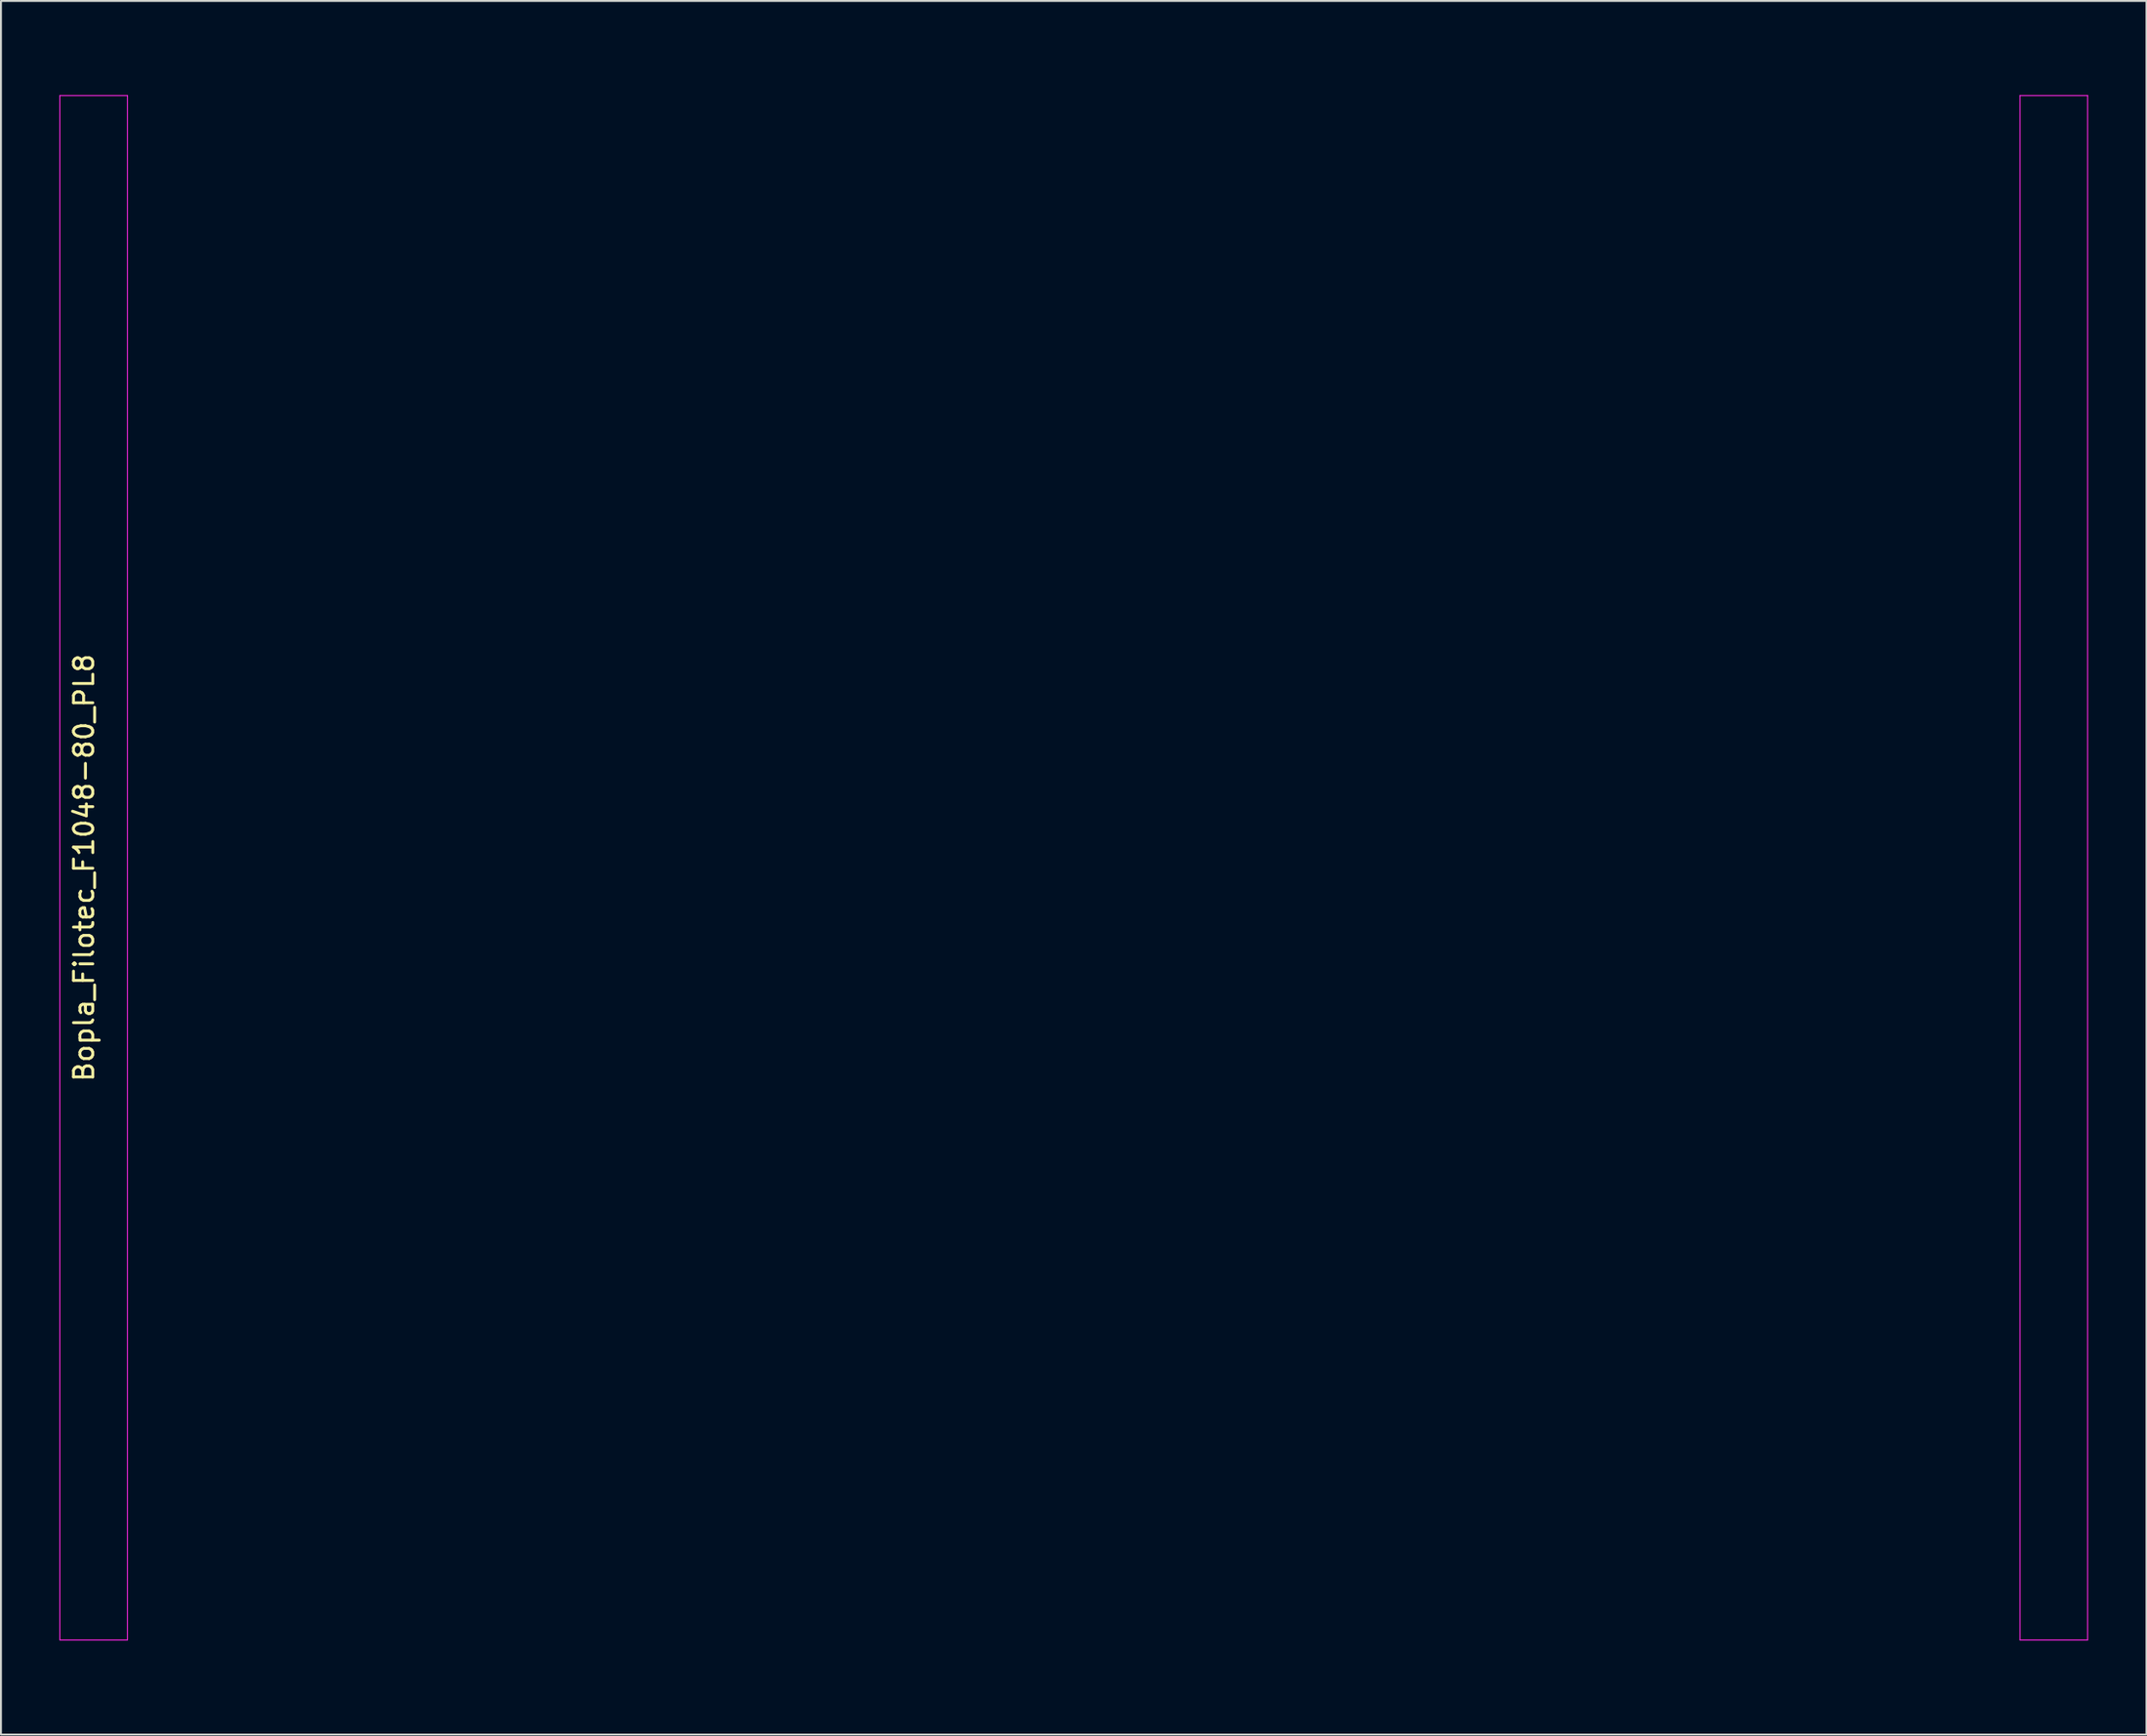
<source format=kicad_pcb>
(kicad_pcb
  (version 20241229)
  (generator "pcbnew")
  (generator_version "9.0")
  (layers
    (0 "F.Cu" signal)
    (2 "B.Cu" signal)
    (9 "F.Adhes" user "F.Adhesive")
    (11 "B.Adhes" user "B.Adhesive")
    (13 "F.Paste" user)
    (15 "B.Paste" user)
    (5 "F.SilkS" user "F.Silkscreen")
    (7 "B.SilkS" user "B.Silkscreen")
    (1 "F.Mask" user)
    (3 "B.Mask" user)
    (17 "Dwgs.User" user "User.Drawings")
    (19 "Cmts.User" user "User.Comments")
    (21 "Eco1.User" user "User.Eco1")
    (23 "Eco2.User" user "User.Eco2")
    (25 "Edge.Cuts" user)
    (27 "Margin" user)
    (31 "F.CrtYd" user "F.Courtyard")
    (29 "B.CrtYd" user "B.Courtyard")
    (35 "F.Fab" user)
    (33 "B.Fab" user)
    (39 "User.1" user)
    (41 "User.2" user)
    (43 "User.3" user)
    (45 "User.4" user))
  (footprint "Bopla_Filotec_F1048-80_PL8"
    (layer "F.Cu")
    (at 52.55 41.9)
    (property "Reference" "Bopla_Filotec_F1048-80_PL8" (at -51.25 0 90) (layer "F.SilkS") (effects (font (size 1 1) (thickness 0.15))))
    (attr exclude_from_pos_files exclude_from_bom)
    (fp_line (start -52.5 -40) (end -52.5 40) (stroke (width 0.1) (type solid)) (layer "Eco1.User"))
    (fp_line (start -52.5 -40) (end -50.25 -40) (stroke (width 0.1) (type solid)) (layer "Eco1.User"))
    (fp_line (start -52.5 40) (end -50.25 40) (stroke (width 0.1) (type solid)) (layer "Eco1.User"))
    (fp_line (start -51.25 -41.5) (end -51.25 -41.85) (stroke (width 0.1) (type solid)) (layer "Eco1.User"))
    (fp_line (start -51.25 -41.5) (end -51 -41.25) (stroke (width 0.1) (type solid)) (layer "Eco1.User"))
    (fp_line (start -51.25 41.5) (end -51.25 41.85) (stroke (width 0.1) (type solid)) (layer "Eco1.User"))
    (fp_line (start -51.25 41.5) (end -51 41.25) (stroke (width 0.1) (type solid)) (layer "Eco1.User"))
    (fp_line (start -50.75 -41) (end -50.5 -40.75) (stroke (width 0.1) (type solid)) (layer "Eco1.User"))
    (fp_line (start -50.75 41) (end -50.5 40.75) (stroke (width 0.1) (type solid)) (layer "Eco1.User"))
    (fp_line (start -50.6 -41.85) (end -50.85 -41.85) (stroke (width 0.1) (type solid)) (layer "Eco1.User"))
    (fp_line (start -50.6 -41.5) (end -50.85 -41.5) (stroke (width 0.1) (type solid)) (layer "Eco1.User"))
    (fp_line (start -50.6 41.5) (end -50.85 41.5) (stroke (width 0.1) (type solid)) (layer "Eco1.User"))
    (fp_line (start -50.6 41.85) (end -50.85 41.85) (stroke (width 0.1) (type solid)) (layer "Eco1.User"))
    (fp_line (start -50.25 -40.5) (end -50 -40.25) (stroke (width 0.1) (type solid)) (layer "Eco1.User"))
    (fp_line (start -50.25 -40) (end -50.25 40) (stroke (width 0.1) (type solid)) (layer "Eco1.User"))
    (fp_line (start -50.25 40.5) (end -50 40.25) (stroke (width 0.1) (type solid)) (layer "Eco1.User"))
    (fp_line (start -50.1 -41.85) (end -50.35 -41.85) (stroke (width 0.1) (type solid)) (layer "Eco1.User"))
    (fp_line (start -50.1 -41.5) (end -50.35 -41.5) (stroke (width 0.1) (type solid)) (layer "Eco1.User"))
    (fp_line (start -50.1 41.5) (end -50.35 41.5) (stroke (width 0.1) (type solid)) (layer "Eco1.User"))
    (fp_line (start -50.1 41.85) (end -50.35 41.85) (stroke (width 0.1) (type solid)) (layer "Eco1.User"))
    (fp_line (start -49.75 -40) (end -49.5 -39.75) (stroke (width 0.1) (type solid)) (layer "Eco1.User"))
    (fp_line (start -49.75 40) (end -49.5 39.75) (stroke (width 0.1) (type solid)) (layer "Eco1.User"))
    (fp_line (start -49.6 -41.85) (end -49.85 -41.85) (stroke (width 0.1) (type solid)) (layer "Eco1.User"))
    (fp_line (start -49.6 -41.5) (end -49.85 -41.5) (stroke (width 0.1) (type solid)) (layer "Eco1.User"))
    (fp_line (start -49.6 41.5) (end -49.85 41.5) (stroke (width 0.1) (type solid)) (layer "Eco1.User"))
    (fp_line (start -49.6 41.85) (end -49.85 41.85) (stroke (width 0.1) (type solid)) (layer "Eco1.User"))
    (fp_line (start -49.5 -39.6) (end -49.5 -39.35) (stroke (width 0.1) (type solid)) (layer "Eco1.User"))
    (fp_line (start -49.5 -39.1) (end -49.5 -38.85) (stroke (width 0.1) (type solid)) (layer "Eco1.User"))
    (fp_line (start -49.5 -38.6) (end -49.5 -38.35) (stroke (width 0.1) (type solid)) (layer "Eco1.User"))
    (fp_line (start -49.5 -38.1) (end -49.5 -37.85) (stroke (width 0.1) (type solid)) (layer "Eco1.User"))
    (fp_line (start -49.5 -37.6) (end -49.5 -37.35) (stroke (width 0.1) (type solid)) (layer "Eco1.User"))
    (fp_line (start -49.5 -37.1) (end -49.5 -36.85) (stroke (width 0.1) (type solid)) (layer "Eco1.User"))
    (fp_line (start -49.5 -36.6) (end -49.5 -36.35) (stroke (width 0.1) (type solid)) (layer "Eco1.User"))
    (fp_line (start -49.5 -36.1) (end -49.5 -35.85) (stroke (width 0.1) (type solid)) (layer "Eco1.User"))
    (fp_line (start -49.5 -35.6) (end -49.5 -35.35) (stroke (width 0.1) (type solid)) (layer "Eco1.User"))
    (fp_line (start -49.5 -35.1) (end -49.5 -34.85) (stroke (width 0.1) (type solid)) (layer "Eco1.User"))
    (fp_line (start -49.5 -34.6) (end -49.5 -34.35) (stroke (width 0.1) (type solid)) (layer "Eco1.User"))
    (fp_line (start -49.5 -34.1) (end -49.25 -33.85) (stroke (width 0.1) (type solid)) (layer "Eco1.User"))
    (fp_line (start -49.5 34.1) (end -49.25 33.85) (stroke (width 0.1) (type solid)) (layer "Eco1.User"))
    (fp_line (start -49.5 34.6) (end -49.5 34.35) (stroke (width 0.1) (type solid)) (layer "Eco1.User"))
    (fp_line (start -49.5 35.1) (end -49.5 34.85) (stroke (width 0.1) (type solid)) (layer "Eco1.User"))
    (fp_line (start -49.5 35.6) (end -49.5 35.35) (stroke (width 0.1) (type solid)) (layer "Eco1.User"))
    (fp_line (start -49.5 36.1) (end -49.5 35.85) (stroke (width 0.1) (type solid)) (layer "Eco1.User"))
    (fp_line (start -49.5 36.6) (end -49.5 36.35) (stroke (width 0.1) (type solid)) (layer "Eco1.User"))
    (fp_line (start -49.5 37.1) (end -49.5 36.85) (stroke (width 0.1) (type solid)) (layer "Eco1.User"))
    (fp_line (start -49.5 37.6) (end -49.5 37.35) (stroke (width 0.1) (type solid)) (layer "Eco1.User"))
    (fp_line (start -49.5 38.1) (end -49.5 37.85) (stroke (width 0.1) (type solid)) (layer "Eco1.User"))
    (fp_line (start -49.5 38.6) (end -49.5 38.35) (stroke (width 0.1) (type solid)) (layer "Eco1.User"))
    (fp_line (start -49.5 39.1) (end -49.5 38.85) (stroke (width 0.1) (type solid)) (layer "Eco1.User"))
    (fp_line (start -49.5 39.6) (end -49.5 39.35) (stroke (width 0.1) (type solid)) (layer "Eco1.User"))
    (fp_line (start -49.1 -41.85) (end -49.35 -41.85) (stroke (width 0.1) (type solid)) (layer "Eco1.User"))
    (fp_line (start -49.1 -41.5) (end -49.35 -41.5) (stroke (width 0.1) (type solid)) (layer "Eco1.User"))
    (fp_line (start -49.1 41.5) (end -49.35 41.5) (stroke (width 0.1) (type solid)) (layer "Eco1.User"))
    (fp_line (start -49.1 41.85) (end -49.35 41.85) (stroke (width 0.1) (type solid)) (layer "Eco1.User"))
    (fp_line (start -49 -40) (end -46.5 -40) (stroke (width 0.1) (type solid)) (layer "Eco1.User"))
    (fp_line (start -49 40) (end -49 -40) (stroke (width 0.1) (type solid)) (layer "Eco1.User"))
    (fp_line (start -49 40) (end -46.5 40) (stroke (width 0.1) (type solid)) (layer "Eco1.User"))
    (fp_line (start -48.6 -41.85) (end -48.85 -41.85) (stroke (width 0.1) (type solid)) (layer "Eco1.User"))
    (fp_line (start -48.6 -41.5) (end -48.85 -41.5) (stroke (width 0.1) (type solid)) (layer "Eco1.User"))
    (fp_line (start -48.6 41.5) (end -48.85 41.5) (stroke (width 0.1) (type solid)) (layer "Eco1.User"))
    (fp_line (start -48.6 41.85) (end -48.85 41.85) (stroke (width 0.1) (type solid)) (layer "Eco1.User"))
    (fp_line (start -48.15 -41.85) (end -48.4 -41.85) (stroke (width 0.1) (type solid)) (layer "Eco1.User"))
    (fp_line (start -48.15 -41.5) (end -48.4 -41.5) (stroke (width 0.1) (type solid)) (layer "Eco1.User"))
    (fp_line (start -48.15 41.5) (end -48.4 41.5) (stroke (width 0.1) (type solid)) (layer "Eco1.User"))
    (fp_line (start -48.15 41.85) (end -48.4 41.85) (stroke (width 0.1) (type solid)) (layer "Eco1.User"))
    (fp_line (start -47.65 -41.85) (end -47.9 -41.85) (stroke (width 0.1) (type solid)) (layer "Eco1.User"))
    (fp_line (start -47.65 -41.5) (end -47.9 -41.5) (stroke (width 0.1) (type solid)) (layer "Eco1.User"))
    (fp_line (start -47.65 41.5) (end -47.9 41.5) (stroke (width 0.1) (type solid)) (layer "Eco1.User"))
    (fp_line (start -47.65 41.85) (end -47.9 41.85) (stroke (width 0.1) (type solid)) (layer "Eco1.User"))
    (fp_line (start -47.5 -39.6) (end -47.5 -39.35) (stroke (width 0.1) (type solid)) (layer "Eco1.User"))
    (fp_line (start -47.5 -39.1) (end -47.5 -38.85) (stroke (width 0.1) (type solid)) (layer "Eco1.User"))
    (fp_line (start -47.5 -38.6) (end -47.5 -38.35) (stroke (width 0.1) (type solid)) (layer "Eco1.User"))
    (fp_line (start -47.5 -38.1) (end -47.5 -37.85) (stroke (width 0.1) (type solid)) (layer "Eco1.User"))
    (fp_line (start -47.5 -37.6) (end -47.5 -37.35) (stroke (width 0.1) (type solid)) (layer "Eco1.User"))
    (fp_line (start -47.5 -37.1) (end -47.5 -36.85) (stroke (width 0.1) (type solid)) (layer "Eco1.User"))
    (fp_line (start -47.5 -36.6) (end -47.5 -36.35) (stroke (width 0.1) (type solid)) (layer "Eco1.User"))
    (fp_line (start -47.5 -36.1) (end -47.5 -35.85) (stroke (width 0.1) (type solid)) (layer "Eco1.User"))
    (fp_line (start -47.5 -35.6) (end -47.5 -35.35) (stroke (width 0.1) (type solid)) (layer "Eco1.User"))
    (fp_line (start -47.5 -35.1) (end -47.5 -34.85) (stroke (width 0.1) (type solid)) (layer "Eco1.User"))
    (fp_line (start -47.5 -34.6) (end -47.5 -34.35) (stroke (width 0.1) (type solid)) (layer "Eco1.User"))
    (fp_line (start -47.5 -34.1) (end -47.75 -33.85) (stroke (width 0.1) (type solid)) (layer "Eco1.User"))
    (fp_line (start -47.5 34.1) (end -47.75 33.85) (stroke (width 0.1) (type solid)) (layer "Eco1.User"))
    (fp_line (start -47.5 34.6) (end -47.5 34.35) (stroke (width 0.1) (type solid)) (layer "Eco1.User"))
    (fp_line (start -47.5 35.1) (end -47.5 34.85) (stroke (width 0.1) (type solid)) (layer "Eco1.User"))
    (fp_line (start -47.5 35.6) (end -47.5 35.35) (stroke (width 0.1) (type solid)) (layer "Eco1.User"))
    (fp_line (start -47.5 36.1) (end -47.5 35.85) (stroke (width 0.1) (type solid)) (layer "Eco1.User"))
    (fp_line (start -47.5 36.6) (end -47.5 36.35) (stroke (width 0.1) (type solid)) (layer "Eco1.User"))
    (fp_line (start -47.5 37.1) (end -47.5 36.85) (stroke (width 0.1) (type solid)) (layer "Eco1.User"))
    (fp_line (start -47.5 37.6) (end -47.5 37.35) (stroke (width 0.1) (type solid)) (layer "Eco1.User"))
    (fp_line (start -47.5 38.1) (end -47.5 37.85) (stroke (width 0.1) (type solid)) (layer "Eco1.User"))
    (fp_line (start -47.5 38.6) (end -47.5 38.35) (stroke (width 0.1) (type solid)) (layer "Eco1.User"))
    (fp_line (start -47.5 39.1) (end -47.5 38.85) (stroke (width 0.1) (type solid)) (layer "Eco1.User"))
    (fp_line (start -47.5 39.6) (end -47.5 39.35) (stroke (width 0.1) (type solid)) (layer "Eco1.User"))
    (fp_line (start -47.25 -40) (end -47.5 -39.75) (stroke (width 0.1) (type solid)) (layer "Eco1.User"))
    (fp_line (start -47.25 40) (end -47.5 39.75) (stroke (width 0.1) (type solid)) (layer "Eco1.User"))
    (fp_line (start -47.15 -41.85) (end -47.4 -41.85) (stroke (width 0.1) (type solid)) (layer "Eco1.User"))
    (fp_line (start -47.15 -41.5) (end -47.4 -41.5) (stroke (width 0.1) (type solid)) (layer "Eco1.User"))
    (fp_line (start -47.15 41.5) (end -47.4 41.5) (stroke (width 0.1) (type solid)) (layer "Eco1.User"))
    (fp_line (start -47.15 41.85) (end -47.4 41.85) (stroke (width 0.1) (type solid)) (layer "Eco1.User"))
    (fp_line (start -46.75 -40.5) (end -47 -40.25) (stroke (width 0.1) (type solid)) (layer "Eco1.User"))
    (fp_line (start -46.75 40.5) (end -47 40.25) (stroke (width 0.1) (type solid)) (layer "Eco1.User"))
    (fp_line (start -46.65 -41.85) (end -46.9 -41.85) (stroke (width 0.1) (type solid)) (layer "Eco1.User"))
    (fp_line (start -46.65 -41.5) (end -46.9 -41.5) (stroke (width 0.1) (type solid)) (layer "Eco1.User"))
    (fp_line (start -46.65 41.5) (end -46.9 41.5) (stroke (width 0.1) (type solid)) (layer "Eco1.User"))
    (fp_line (start -46.65 41.85) (end -46.9 41.85) (stroke (width 0.1) (type solid)) (layer "Eco1.User"))
    (fp_line (start -46.5 40) (end -46.5 -40) (stroke (width 0.1) (type solid)) (layer "Eco1.User"))
    (fp_line (start -46.5 40) (end 46.5 40) (stroke (width 0.1) (type solid)) (layer "Eco1.User"))
    (fp_line (start -46.25 -41) (end -46.5 -40.75) (stroke (width 0.1) (type solid)) (layer "Eco1.User"))
    (fp_line (start -46.25 41) (end -46.5 40.75) (stroke (width 0.1) (type solid)) (layer "Eco1.User"))
    (fp_line (start -46.15 -41.85) (end -46.4 -41.85) (stroke (width 0.1) (type solid)) (layer "Eco1.User"))
    (fp_line (start -46.15 -41.5) (end -46.4 -41.5) (stroke (width 0.1) (type solid)) (layer "Eco1.User"))
    (fp_line (start -46.15 41.5) (end -46.4 41.5) (stroke (width 0.1) (type solid)) (layer "Eco1.User"))
    (fp_line (start -46.15 41.85) (end -46.4 41.85) (stroke (width 0.1) (type solid)) (layer "Eco1.User"))
    (fp_line (start -45.75 -41.5) (end -46 -41.25) (stroke (width 0.1) (type solid)) (layer "Eco1.User"))
    (fp_line (start -45.75 -41.5) (end -45.75 -41.85) (stroke (width 0.1) (type solid)) (layer "Eco1.User"))
    (fp_line (start -45.75 41.5) (end -46 41.25) (stroke (width 0.1) (type solid)) (layer "Eco1.User"))
    (fp_line (start -45.75 41.5) (end -45.75 41.85) (stroke (width 0.1) (type solid)) (layer "Eco1.User"))
    (fp_line (start 45.75 -41.5) (end 45.75 -41.85) (stroke (width 0.1) (type solid)) (layer "Eco1.User"))
    (fp_line (start 45.75 -41.5) (end 46 -41.25) (stroke (width 0.1) (type solid)) (layer "Eco1.User"))
    (fp_line (start 45.75 41.5) (end 45.75 41.85) (stroke (width 0.1) (type solid)) (layer "Eco1.User"))
    (fp_line (start 45.75 41.5) (end 46 41.25) (stroke (width 0.1) (type solid)) (layer "Eco1.User"))
    (fp_line (start 46.25 -41) (end 46.5 -40.75) (stroke (width 0.1) (type solid)) (layer "Eco1.User"))
    (fp_line (start 46.25 41) (end 46.5 40.75) (stroke (width 0.1) (type solid)) (layer "Eco1.User"))
    (fp_line (start 46.4 -41.85) (end 46.15 -41.85) (stroke (width 0.1) (type solid)) (layer "Eco1.User"))
    (fp_line (start 46.4 -41.5) (end 46.15 -41.5) (stroke (width 0.1) (type solid)) (layer "Eco1.User"))
    (fp_line (start 46.4 41.5) (end 46.15 41.5) (stroke (width 0.1) (type solid)) (layer "Eco1.User"))
    (fp_line (start 46.4 41.85) (end 46.15 41.85) (stroke (width 0.1) (type solid)) (layer "Eco1.User"))
    (fp_line (start 46.5 -40) (end -46.5 -40) (stroke (width 0.1) (type solid)) (layer "Eco1.User"))
    (fp_line (start 46.5 -40) (end 46.5 40) (stroke (width 0.1) (type solid)) (layer "Eco1.User"))
    (fp_line (start 46.75 -40.5) (end 47 -40.25) (stroke (width 0.1) (type solid)) (layer "Eco1.User"))
    (fp_line (start 46.75 40.5) (end 47 40.25) (stroke (width 0.1) (type solid)) (layer "Eco1.User"))
    (fp_line (start 46.9 -41.85) (end 46.65 -41.85) (stroke (width 0.1) (type solid)) (layer "Eco1.User"))
    (fp_line (start 46.9 -41.5) (end 46.65 -41.5) (stroke (width 0.1) (type solid)) (layer "Eco1.User"))
    (fp_line (start 46.9 41.5) (end 46.65 41.5) (stroke (width 0.1) (type solid)) (layer "Eco1.User"))
    (fp_line (start 46.9 41.85) (end 46.65 41.85) (stroke (width 0.1) (type solid)) (layer "Eco1.User"))
    (fp_line (start 47.25 -40) (end 47.5 -39.75) (stroke (width 0.1) (type solid)) (layer "Eco1.User"))
    (fp_line (start 47.25 40) (end 47.5 39.75) (stroke (width 0.1) (type solid)) (layer "Eco1.User"))
    (fp_line (start 47.4 -41.85) (end 47.15 -41.85) (stroke (width 0.1) (type solid)) (layer "Eco1.User"))
    (fp_line (start 47.4 -41.5) (end 47.15 -41.5) (stroke (width 0.1) (type solid)) (layer "Eco1.User"))
    (fp_line (start 47.4 41.5) (end 47.15 41.5) (stroke (width 0.1) (type solid)) (layer "Eco1.User"))
    (fp_line (start 47.4 41.85) (end 47.15 41.85) (stroke (width 0.1) (type solid)) (layer "Eco1.User"))
    (fp_line (start 47.5 -39.6) (end 47.5 -39.35) (stroke (width 0.1) (type solid)) (layer "Eco1.User"))
    (fp_line (start 47.5 -39.1) (end 47.5 -38.85) (stroke (width 0.1) (type solid)) (layer "Eco1.User"))
    (fp_line (start 47.5 -38.6) (end 47.5 -38.35) (stroke (width 0.1) (type solid)) (layer "Eco1.User"))
    (fp_line (start 47.5 -38.1) (end 47.5 -37.85) (stroke (width 0.1) (type solid)) (layer "Eco1.User"))
    (fp_line (start 47.5 -37.6) (end 47.5 -37.35) (stroke (width 0.1) (type solid)) (layer "Eco1.User"))
    (fp_line (start 47.5 -37.1) (end 47.5 -36.85) (stroke (width 0.1) (type solid)) (layer "Eco1.User"))
    (fp_line (start 47.5 -36.6) (end 47.5 -36.35) (stroke (width 0.1) (type solid)) (layer "Eco1.User"))
    (fp_line (start 47.5 -36.1) (end 47.5 -35.85) (stroke (width 0.1) (type solid)) (layer "Eco1.User"))
    (fp_line (start 47.5 -35.6) (end 47.5 -35.35) (stroke (width 0.1) (type solid)) (layer "Eco1.User"))
    (fp_line (start 47.5 -35.1) (end 47.5 -34.85) (stroke (width 0.1) (type solid)) (layer "Eco1.User"))
    (fp_line (start 47.5 -34.6) (end 47.5 -34.35) (stroke (width 0.1) (type solid)) (layer "Eco1.User"))
    (fp_line (start 47.5 -34.1) (end 47.75 -33.85) (stroke (width 0.1) (type solid)) (layer "Eco1.User"))
    (fp_line (start 47.5 34.1) (end 47.75 33.85) (stroke (width 0.1) (type solid)) (layer "Eco1.User"))
    (fp_line (start 47.5 34.6) (end 47.5 34.35) (stroke (width 0.1) (type solid)) (layer "Eco1.User"))
    (fp_line (start 47.5 35.1) (end 47.5 34.85) (stroke (width 0.1) (type solid)) (layer "Eco1.User"))
    (fp_line (start 47.5 35.6) (end 47.5 35.35) (stroke (width 0.1) (type solid)) (layer "Eco1.User"))
    (fp_line (start 47.5 36.1) (end 47.5 35.85) (stroke (width 0.1) (type solid)) (layer "Eco1.User"))
    (fp_line (start 47.5 36.6) (end 47.5 36.35) (stroke (width 0.1) (type solid)) (layer "Eco1.User"))
    (fp_line (start 47.5 37.1) (end 47.5 36.85) (stroke (width 0.1) (type solid)) (layer "Eco1.User"))
    (fp_line (start 47.5 37.6) (end 47.5 37.35) (stroke (width 0.1) (type solid)) (layer "Eco1.User"))
    (fp_line (start 47.5 38.1) (end 47.5 37.85) (stroke (width 0.1) (type solid)) (layer "Eco1.User"))
    (fp_line (start 47.5 38.6) (end 47.5 38.35) (stroke (width 0.1) (type solid)) (layer "Eco1.User"))
    (fp_line (start 47.5 39.1) (end 47.5 38.85) (stroke (width 0.1) (type solid)) (layer "Eco1.User"))
    (fp_line (start 47.5 39.6) (end 47.5 39.35) (stroke (width 0.1) (type solid)) (layer "Eco1.User"))
    (fp_line (start 47.9 -41.85) (end 47.65 -41.85) (stroke (width 0.1) (type solid)) (layer "Eco1.User"))
    (fp_line (start 47.9 -41.5) (end 47.65 -41.5) (stroke (width 0.1) (type solid)) (layer "Eco1.User"))
    (fp_line (start 47.9 41.5) (end 47.65 41.5) (stroke (width 0.1) (type solid)) (layer "Eco1.User"))
    (fp_line (start 47.9 41.85) (end 47.65 41.85) (stroke (width 0.1) (type solid)) (layer "Eco1.User"))
    (fp_line (start 48.4 -41.85) (end 48.15 -41.85) (stroke (width 0.1) (type solid)) (layer "Eco1.User"))
    (fp_line (start 48.4 -41.5) (end 48.15 -41.5) (stroke (width 0.1) (type solid)) (layer "Eco1.User"))
    (fp_line (start 48.4 41.5) (end 48.15 41.5) (stroke (width 0.1) (type solid)) (layer "Eco1.User"))
    (fp_line (start 48.4 41.85) (end 48.15 41.85) (stroke (width 0.1) (type solid)) (layer "Eco1.User"))
    (fp_line (start 48.85 -41.85) (end 48.6 -41.85) (stroke (width 0.1) (type solid)) (layer "Eco1.User"))
    (fp_line (start 48.85 -41.5) (end 48.6 -41.5) (stroke (width 0.1) (type solid)) (layer "Eco1.User"))
    (fp_line (start 48.85 41.5) (end 48.6 41.5) (stroke (width 0.1) (type solid)) (layer "Eco1.User"))
    (fp_line (start 48.85 41.85) (end 48.6 41.85) (stroke (width 0.1) (type solid)) (layer "Eco1.User"))
    (fp_line (start 49 -40) (end 46.5 -40) (stroke (width 0.1) (type solid)) (layer "Eco1.User"))
    (fp_line (start 49 -40) (end 49 40) (stroke (width 0.1) (type solid)) (layer "Eco1.User"))
    (fp_line (start 49 40) (end 46.5 40) (stroke (width 0.1) (type solid)) (layer "Eco1.User"))
    (fp_line (start 49.35 -41.85) (end 49.1 -41.85) (stroke (width 0.1) (type solid)) (layer "Eco1.User"))
    (fp_line (start 49.35 -41.5) (end 49.1 -41.5) (stroke (width 0.1) (type solid)) (layer "Eco1.User"))
    (fp_line (start 49.35 41.5) (end 49.1 41.5) (stroke (width 0.1) (type solid)) (layer "Eco1.User"))
    (fp_line (start 49.35 41.85) (end 49.1 41.85) (stroke (width 0.1) (type solid)) (layer "Eco1.User"))
    (fp_line (start 49.5 -39.6) (end 49.5 -39.35) (stroke (width 0.1) (type solid)) (layer "Eco1.User"))
    (fp_line (start 49.5 -39.1) (end 49.5 -38.85) (stroke (width 0.1) (type solid)) (layer "Eco1.User"))
    (fp_line (start 49.5 -38.6) (end 49.5 -38.35) (stroke (width 0.1) (type solid)) (layer "Eco1.User"))
    (fp_line (start 49.5 -38.1) (end 49.5 -37.85) (stroke (width 0.1) (type solid)) (layer "Eco1.User"))
    (fp_line (start 49.5 -37.6) (end 49.5 -37.35) (stroke (width 0.1) (type solid)) (layer "Eco1.User"))
    (fp_line (start 49.5 -37.1) (end 49.5 -36.85) (stroke (width 0.1) (type solid)) (layer "Eco1.User"))
    (fp_line (start 49.5 -36.6) (end 49.5 -36.35) (stroke (width 0.1) (type solid)) (layer "Eco1.User"))
    (fp_line (start 49.5 -36.1) (end 49.5 -35.85) (stroke (width 0.1) (type solid)) (layer "Eco1.User"))
    (fp_line (start 49.5 -35.6) (end 49.5 -35.35) (stroke (width 0.1) (type solid)) (layer "Eco1.User"))
    (fp_line (start 49.5 -35.1) (end 49.5 -34.85) (stroke (width 0.1) (type solid)) (layer "Eco1.User"))
    (fp_line (start 49.5 -34.6) (end 49.5 -34.35) (stroke (width 0.1) (type solid)) (layer "Eco1.User"))
    (fp_line (start 49.5 -34.1) (end 49.25 -33.85) (stroke (width 0.1) (type solid)) (layer "Eco1.User"))
    (fp_line (start 49.5 34.1) (end 49.25 33.85) (stroke (width 0.1) (type solid)) (layer "Eco1.User"))
    (fp_line (start 49.5 34.6) (end 49.5 34.35) (stroke (width 0.1) (type solid)) (layer "Eco1.User"))
    (fp_line (start 49.5 35.1) (end 49.5 34.85) (stroke (width 0.1) (type solid)) (layer "Eco1.User"))
    (fp_line (start 49.5 35.6) (end 49.5 35.35) (stroke (width 0.1) (type solid)) (layer "Eco1.User"))
    (fp_line (start 49.5 36.1) (end 49.5 35.85) (stroke (width 0.1) (type solid)) (layer "Eco1.User"))
    (fp_line (start 49.5 36.6) (end 49.5 36.35) (stroke (width 0.1) (type solid)) (layer "Eco1.User"))
    (fp_line (start 49.5 37.1) (end 49.5 36.85) (stroke (width 0.1) (type solid)) (layer "Eco1.User"))
    (fp_line (start 49.5 37.6) (end 49.5 37.35) (stroke (width 0.1) (type solid)) (layer "Eco1.User"))
    (fp_line (start 49.5 38.1) (end 49.5 37.85) (stroke (width 0.1) (type solid)) (layer "Eco1.User"))
    (fp_line (start 49.5 38.6) (end 49.5 38.35) (stroke (width 0.1) (type solid)) (layer "Eco1.User"))
    (fp_line (start 49.5 39.1) (end 49.5 38.85) (stroke (width 0.1) (type solid)) (layer "Eco1.User"))
    (fp_line (start 49.5 39.6) (end 49.5 39.35) (stroke (width 0.1) (type solid)) (layer "Eco1.User"))
    (fp_line (start 49.75 -40) (end 49.5 -39.75) (stroke (width 0.1) (type solid)) (layer "Eco1.User"))
    (fp_line (start 49.75 40) (end 49.5 39.75) (stroke (width 0.1) (type solid)) (layer "Eco1.User"))
    (fp_line (start 49.85 -41.85) (end 49.6 -41.85) (stroke (width 0.1) (type solid)) (layer "Eco1.User"))
    (fp_line (start 49.85 -41.5) (end 49.6 -41.5) (stroke (width 0.1) (type solid)) (layer "Eco1.User"))
    (fp_line (start 49.85 41.5) (end 49.6 41.5) (stroke (width 0.1) (type solid)) (layer "Eco1.User"))
    (fp_line (start 49.85 41.85) (end 49.6 41.85) (stroke (width 0.1) (type solid)) (layer "Eco1.User"))
    (fp_line (start 50.25 -40.5) (end 50 -40.25) (stroke (width 0.1) (type solid)) (layer "Eco1.User"))
    (fp_line (start 50.25 -40) (end 52.5 -40) (stroke (width 0.1) (type solid)) (layer "Eco1.User"))
    (fp_line (start 50.25 40) (end 50.25 -40) (stroke (width 0.1) (type solid)) (layer "Eco1.User"))
    (fp_line (start 50.25 40) (end 52.5 40) (stroke (width 0.1) (type solid)) (layer "Eco1.User"))
    (fp_line (start 50.25 40.5) (end 50 40.25) (stroke (width 0.1) (type solid)) (layer "Eco1.User"))
    (fp_line (start 50.35 -41.85) (end 50.1 -41.85) (stroke (width 0.1) (type solid)) (layer "Eco1.User"))
    (fp_line (start 50.35 -41.5) (end 50.1 -41.5) (stroke (width 0.1) (type solid)) (layer "Eco1.User"))
    (fp_line (start 50.35 41.5) (end 50.1 41.5) (stroke (width 0.1) (type solid)) (layer "Eco1.User"))
    (fp_line (start 50.35 41.85) (end 50.1 41.85) (stroke (width 0.1) (type solid)) (layer "Eco1.User"))
    (fp_line (start 50.75 -41) (end 50.5 -40.75) (stroke (width 0.1) (type solid)) (layer "Eco1.User"))
    (fp_line (start 50.75 41) (end 50.5 40.75) (stroke (width 0.1) (type solid)) (layer "Eco1.User"))
    (fp_line (start 50.85 -41.85) (end 50.6 -41.85) (stroke (width 0.1) (type solid)) (layer "Eco1.User"))
    (fp_line (start 50.85 -41.5) (end 50.6 -41.5) (stroke (width 0.1) (type solid)) (layer "Eco1.User"))
    (fp_line (start 50.85 41.5) (end 50.6 41.5) (stroke (width 0.1) (type solid)) (layer "Eco1.User"))
    (fp_line (start 50.85 41.85) (end 50.6 41.85) (stroke (width 0.1) (type solid)) (layer "Eco1.User"))
    (fp_line (start 51.25 -41.5) (end 51 -41.25) (stroke (width 0.1) (type solid)) (layer "Eco1.User"))
    (fp_line (start 51.25 -41.5) (end 51.25 -41.85) (stroke (width 0.1) (type solid)) (layer "Eco1.User"))
    (fp_line (start 51.25 41.5) (end 51 41.25) (stroke (width 0.1) (type solid)) (layer "Eco1.User"))
    (fp_line (start 51.25 41.5) (end 51.25 41.85) (stroke (width 0.1) (type solid)) (layer "Eco1.User"))
    (fp_line (start 52.5 -40) (end 52.5 40) (stroke (width 0.1) (type solid)) (layer "Eco1.User"))
    (fp_line (start -52.5 -40) (end -52.5 40) (stroke (width 0.05) (type solid)) (layer "F.CrtYd"))
    (fp_line (start -52.5 40) (end -49 40) (stroke (width 0.05) (type solid)) (layer "F.CrtYd"))
    (fp_line (start -49 -40) (end -52.5 -40) (stroke (width 0.05) (type solid)) (layer "F.CrtYd"))
    (fp_line (start -49 40) (end -49 -40) (stroke (width 0.05) (type solid)) (layer "F.CrtYd"))
    (fp_line (start 49 -40) (end 52.5 -40) (stroke (width 0.05) (type solid)) (layer "F.CrtYd"))
    (fp_line (start 49 40) (end 49 -40) (stroke (width 0.05) (type solid)) (layer "F.CrtYd"))
    (fp_line (start 52.5 -40) (end 52.5 40) (stroke (width 0.05) (type solid)) (layer "F.CrtYd"))
    (fp_line (start 52.5 40) (end 49 40) (stroke (width 0.05) (type solid)) (layer "F.CrtYd")))
  (gr_rect
    (start -3 -3)
    (end 108.1 86.8)
    (stroke (width 0.1) (type default))
    (fill no)
    (layer "Edge.Cuts")))
</source>
